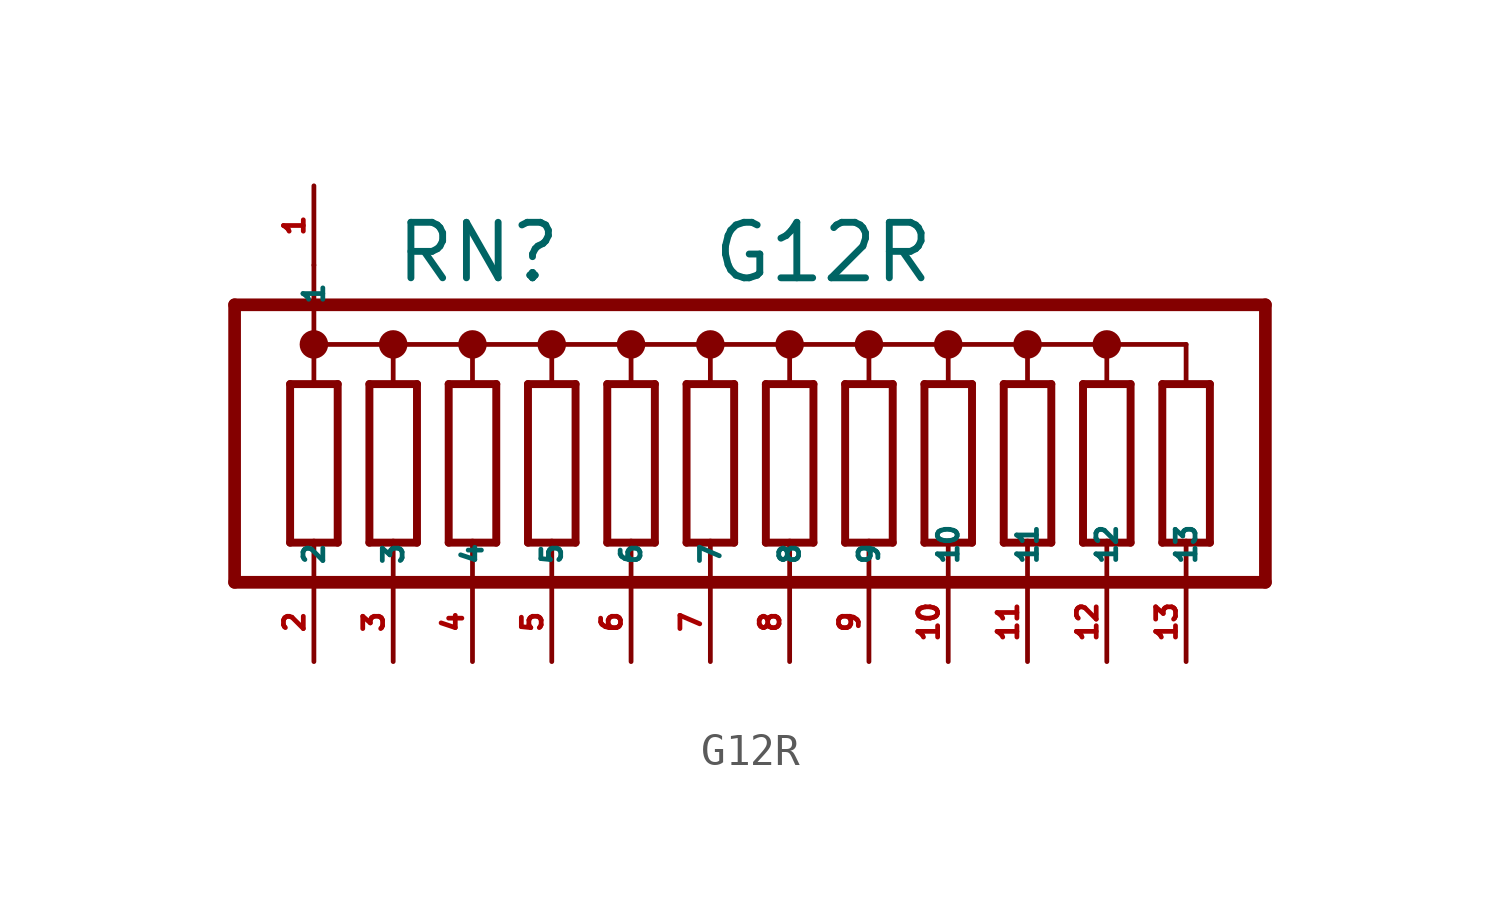
<source format=kicad_sym>
(kicad_symbol_lib
  (version 20220914)
  (generator Eagle2Kicad)
  (symbol "G12R"
    (property "Reference" "RN"
      (at -12.7 6.985 0)
      (effects (font (size 1.778 1.778) (thickness 0.22)) (justify left bottom)))
    (property "Value" "G12R"
      (at -2.54 6.985 0)
      (effects (font (size 1.778 1.778) (thickness 0.22)) (justify left bottom)))
    (polyline
      (pts (xy -14.478 -1.27) (xy -14.478 3.81))
      (stroke (width 0.254) (type default))
      (fill (type none)))
    (polyline
      (pts (xy -16.002 3.81) (xy -16.002 -1.27))
      (stroke (width 0.254) (type default))
      (fill (type none)))
    (polyline
      (pts (xy -14.478 3.81) (xy -15.24 3.81))
      (stroke (width 0.254) (type default))
      (fill (type none)))
    (polyline
      (pts (xy -16.002 -1.27) (xy -15.24 -1.27))
      (stroke (width 0.254) (type default))
      (fill (type none)))
    (polyline
      (pts (xy -15.24 -1.27) (xy -15.24 -2.54))
      (stroke (width 0.152) (type default))
      (fill (type none)))
    (polyline
      (pts (xy -15.24 -1.27) (xy -14.478 -1.27))
      (stroke (width 0.254) (type default))
      (fill (type none)))
    (polyline
      (pts (xy -15.24 5.08) (xy -15.24 3.81))
      (stroke (width 0.152) (type default))
      (fill (type none)))
    (polyline
      (pts (xy -15.24 3.81) (xy -16.002 3.81))
      (stroke (width 0.254) (type default))
      (fill (type none)))
    (polyline
      (pts (xy -15.24 5.08) (xy -12.7 5.08))
      (stroke (width 0.152) (type default))
      (fill (type none)))
    (polyline
      (pts (xy -12.7 5.08) (xy -12.7 3.81))
      (stroke (width 0.152) (type default))
      (fill (type none)))
    (polyline
      (pts (xy -12.7 5.08) (xy -10.16 5.08))
      (stroke (width 0.152) (type default))
      (fill (type none)))
    (polyline
      (pts (xy -10.16 5.08) (xy -10.16 3.81))
      (stroke (width 0.152) (type default))
      (fill (type none)))
    (polyline
      (pts (xy -10.16 5.08) (xy -7.62 5.08))
      (stroke (width 0.152) (type default))
      (fill (type none)))
    (polyline
      (pts (xy -7.62 5.08) (xy -7.62 3.81))
      (stroke (width 0.152) (type default))
      (fill (type none)))
    (polyline
      (pts (xy -7.62 5.08) (xy -5.08 5.08))
      (stroke (width 0.152) (type default))
      (fill (type none)))
    (polyline
      (pts (xy -5.08 5.08) (xy -5.08 3.81))
      (stroke (width 0.152) (type default))
      (fill (type none)))
    (polyline
      (pts (xy -5.08 -2.54) (xy -5.08 -1.27))
      (stroke (width 0.152) (type default))
      (fill (type none)))
    (polyline
      (pts (xy -7.62 -2.54) (xy -7.62 -1.27))
      (stroke (width 0.152) (type default))
      (fill (type none)))
    (polyline
      (pts (xy -10.16 -2.54) (xy -10.16 -1.27))
      (stroke (width 0.152) (type default))
      (fill (type none)))
    (polyline
      (pts (xy -12.7 -2.54) (xy -12.7 -1.27))
      (stroke (width 0.152) (type default))
      (fill (type none)))
    (polyline
      (pts (xy -12.7 -1.27) (xy -11.938 -1.27))
      (stroke (width 0.254) (type default))
      (fill (type none)))
    (polyline
      (pts (xy -13.462 -1.27) (xy -12.7 -1.27))
      (stroke (width 0.254) (type default))
      (fill (type none)))
    (polyline
      (pts (xy -11.938 3.81) (xy -12.7 3.81))
      (stroke (width 0.254) (type default))
      (fill (type none)))
    (polyline
      (pts (xy -12.7 3.81) (xy -13.462 3.81))
      (stroke (width 0.254) (type default))
      (fill (type none)))
    (polyline
      (pts (xy -11.938 -1.27) (xy -11.938 3.81))
      (stroke (width 0.254) (type default))
      (fill (type none)))
    (polyline
      (pts (xy -13.462 3.81) (xy -13.462 -1.27))
      (stroke (width 0.254) (type default))
      (fill (type none)))
    (polyline
      (pts (xy -9.398 -1.27) (xy -9.398 3.81))
      (stroke (width 0.254) (type default))
      (fill (type none)))
    (polyline
      (pts (xy -6.858 -1.27) (xy -6.858 3.81))
      (stroke (width 0.254) (type default))
      (fill (type none)))
    (polyline
      (pts (xy -4.318 -1.27) (xy -4.318 3.81))
      (stroke (width 0.254) (type default))
      (fill (type none)))
    (polyline
      (pts (xy -10.922 3.81) (xy -10.922 -1.27))
      (stroke (width 0.254) (type default))
      (fill (type none)))
    (polyline
      (pts (xy -8.382 3.81) (xy -8.382 -1.27))
      (stroke (width 0.254) (type default))
      (fill (type none)))
    (polyline
      (pts (xy -5.842 3.81) (xy -5.842 -1.27))
      (stroke (width 0.254) (type default))
      (fill (type none)))
    (polyline
      (pts (xy -9.398 3.81) (xy -10.16 3.81))
      (stroke (width 0.254) (type default))
      (fill (type none)))
    (polyline
      (pts (xy -6.858 3.81) (xy -7.62 3.81))
      (stroke (width 0.254) (type default))
      (fill (type none)))
    (polyline
      (pts (xy -4.318 3.81) (xy -5.08 3.81))
      (stroke (width 0.254) (type default))
      (fill (type none)))
    (polyline
      (pts (xy -10.16 3.81) (xy -10.922 3.81))
      (stroke (width 0.254) (type default))
      (fill (type none)))
    (polyline
      (pts (xy -7.62 3.81) (xy -8.382 3.81))
      (stroke (width 0.254) (type default))
      (fill (type none)))
    (polyline
      (pts (xy -5.08 3.81) (xy -5.842 3.81))
      (stroke (width 0.254) (type default))
      (fill (type none)))
    (polyline
      (pts (xy -10.16 -1.27) (xy -9.398 -1.27))
      (stroke (width 0.254) (type default))
      (fill (type none)))
    (polyline
      (pts (xy -7.62 -1.27) (xy -6.858 -1.27))
      (stroke (width 0.254) (type default))
      (fill (type none)))
    (polyline
      (pts (xy -5.08 -1.27) (xy -4.318 -1.27))
      (stroke (width 0.254) (type default))
      (fill (type none)))
    (polyline
      (pts (xy -10.922 -1.27) (xy -10.16 -1.27))
      (stroke (width 0.254) (type default))
      (fill (type none)))
    (polyline
      (pts (xy -8.382 -1.27) (xy -7.62 -1.27))
      (stroke (width 0.254) (type default))
      (fill (type none)))
    (polyline
      (pts (xy -5.842 -1.27) (xy -5.08 -1.27))
      (stroke (width 0.254) (type default))
      (fill (type none)))
    (polyline
      (pts (xy -17.78 -2.54) (xy -17.78 6.35))
      (stroke (width 0.406) (type default))
      (fill (type none)))
    (polyline
      (pts (xy -1.778 -1.27) (xy -1.778 3.81))
      (stroke (width 0.254) (type default))
      (fill (type none)))
    (polyline
      (pts (xy -3.302 3.81) (xy -3.302 -1.27))
      (stroke (width 0.254) (type default))
      (fill (type none)))
    (polyline
      (pts (xy -1.778 3.81) (xy -2.54 3.81))
      (stroke (width 0.254) (type default))
      (fill (type none)))
    (polyline
      (pts (xy -3.302 -1.27) (xy -2.54 -1.27))
      (stroke (width 0.254) (type default))
      (fill (type none)))
    (polyline
      (pts (xy -2.54 -1.27) (xy -2.54 -2.54))
      (stroke (width 0.152) (type default))
      (fill (type none)))
    (polyline
      (pts (xy -2.54 -1.27) (xy -1.778 -1.27))
      (stroke (width 0.254) (type default))
      (fill (type none)))
    (polyline
      (pts (xy -2.54 5.08) (xy -2.54 3.81))
      (stroke (width 0.152) (type default))
      (fill (type none)))
    (polyline
      (pts (xy -2.54 3.81) (xy -3.302 3.81))
      (stroke (width 0.254) (type default))
      (fill (type none)))
    (polyline
      (pts (xy -2.54 5.08) (xy 0 5.08))
      (stroke (width 0.152) (type default))
      (fill (type none)))
    (polyline
      (pts (xy 0 5.08) (xy 0 3.81))
      (stroke (width 0.152) (type default))
      (fill (type none)))
    (polyline
      (pts (xy 0 5.08) (xy 2.54 5.08))
      (stroke (width 0.152) (type default))
      (fill (type none)))
    (polyline
      (pts (xy 2.54 5.08) (xy 2.54 3.81))
      (stroke (width 0.152) (type default))
      (fill (type none)))
    (polyline
      (pts (xy 2.54 5.08) (xy 5.08 5.08))
      (stroke (width 0.152) (type default))
      (fill (type none)))
    (polyline
      (pts (xy 5.08 5.08) (xy 5.08 3.81))
      (stroke (width 0.152) (type default))
      (fill (type none)))
    (polyline
      (pts (xy 5.08 -2.54) (xy 5.08 -1.27))
      (stroke (width 0.152) (type default))
      (fill (type none)))
    (polyline
      (pts (xy 2.54 -2.54) (xy 2.54 -1.27))
      (stroke (width 0.152) (type default))
      (fill (type none)))
    (polyline
      (pts (xy 0 -2.54) (xy 0 -1.27))
      (stroke (width 0.152) (type default))
      (fill (type none)))
    (polyline
      (pts (xy 0 -1.27) (xy 0.762 -1.27))
      (stroke (width 0.254) (type default))
      (fill (type none)))
    (polyline
      (pts (xy -0.762 -1.27) (xy 0 -1.27))
      (stroke (width 0.254) (type default))
      (fill (type none)))
    (polyline
      (pts (xy 0.762 3.81) (xy 0 3.81))
      (stroke (width 0.254) (type default))
      (fill (type none)))
    (polyline
      (pts (xy 0 3.81) (xy -0.762 3.81))
      (stroke (width 0.254) (type default))
      (fill (type none)))
    (polyline
      (pts (xy 0.762 -1.27) (xy 0.762 3.81))
      (stroke (width 0.254) (type default))
      (fill (type none)))
    (polyline
      (pts (xy -0.762 3.81) (xy -0.762 -1.27))
      (stroke (width 0.254) (type default))
      (fill (type none)))
    (polyline
      (pts (xy 3.302 -1.27) (xy 3.302 3.81))
      (stroke (width 0.254) (type default))
      (fill (type none)))
    (polyline
      (pts (xy 5.842 -1.27) (xy 5.842 3.81))
      (stroke (width 0.254) (type default))
      (fill (type none)))
    (polyline
      (pts (xy 1.778 3.81) (xy 1.778 -1.27))
      (stroke (width 0.254) (type default))
      (fill (type none)))
    (polyline
      (pts (xy 4.318 3.81) (xy 4.318 -1.27))
      (stroke (width 0.254) (type default))
      (fill (type none)))
    (polyline
      (pts (xy 3.302 3.81) (xy 2.54 3.81))
      (stroke (width 0.254) (type default))
      (fill (type none)))
    (polyline
      (pts (xy 5.842 3.81) (xy 5.08 3.81))
      (stroke (width 0.254) (type default))
      (fill (type none)))
    (polyline
      (pts (xy 2.54 3.81) (xy 1.778 3.81))
      (stroke (width 0.254) (type default))
      (fill (type none)))
    (polyline
      (pts (xy 5.08 3.81) (xy 4.318 3.81))
      (stroke (width 0.254) (type default))
      (fill (type none)))
    (polyline
      (pts (xy 2.54 -1.27) (xy 3.302 -1.27))
      (stroke (width 0.254) (type default))
      (fill (type none)))
    (polyline
      (pts (xy 5.08 -1.27) (xy 5.842 -1.27))
      (stroke (width 0.254) (type default))
      (fill (type none)))
    (polyline
      (pts (xy 1.778 -1.27) (xy 2.54 -1.27))
      (stroke (width 0.254) (type default))
      (fill (type none)))
    (polyline
      (pts (xy 4.318 -1.27) (xy 5.08 -1.27))
      (stroke (width 0.254) (type default))
      (fill (type none)))
    (polyline
      (pts (xy -17.78 6.35) (xy 15.24 6.35))
      (stroke (width 0.406) (type default))
      (fill (type none)))
    (polyline
      (pts (xy 15.24 6.35) (xy 15.24 -2.54))
      (stroke (width 0.406) (type default))
      (fill (type none)))
    (polyline
      (pts (xy -17.78 -2.54) (xy 7.62 -2.54))
      (stroke (width 0.406) (type default))
      (fill (type none)))
    (polyline
      (pts (xy -5.08 5.08) (xy -2.54 5.08))
      (stroke (width 0.152) (type default))
      (fill (type none)))
    (polyline
      (pts (xy -15.24 7.62) (xy -15.24 5.08))
      (stroke (width 0.152) (type default))
      (fill (type none)))
    (polyline
      (pts (xy 7.62 -2.54) (xy 7.62 -1.27))
      (stroke (width 0.152) (type default))
      (fill (type none)))
    (polyline
      (pts (xy 7.62 -2.54) (xy 10.16 -2.54))
      (stroke (width 0.406) (type default))
      (fill (type none)))
    (polyline
      (pts (xy 10.16 -2.54) (xy 10.16 -1.27))
      (stroke (width 0.152) (type default))
      (fill (type none)))
    (polyline
      (pts (xy 10.16 -2.54) (xy 12.7 -2.54))
      (stroke (width 0.406) (type default))
      (fill (type none)))
    (polyline
      (pts (xy 12.7 -2.54) (xy 12.7 -1.27))
      (stroke (width 0.152) (type default))
      (fill (type none)))
    (polyline
      (pts (xy 12.7 -2.54) (xy 15.24 -2.54))
      (stroke (width 0.406) (type default))
      (fill (type none)))
    (polyline
      (pts (xy 7.62 -1.27) (xy 8.382 -1.27))
      (stroke (width 0.254) (type default))
      (fill (type none)))
    (polyline
      (pts (xy 10.16 -1.27) (xy 10.922 -1.27))
      (stroke (width 0.254) (type default))
      (fill (type none)))
    (polyline
      (pts (xy 12.7 -1.27) (xy 13.462 -1.27))
      (stroke (width 0.254) (type default))
      (fill (type none)))
    (polyline
      (pts (xy 6.858 -1.27) (xy 7.62 -1.27))
      (stroke (width 0.254) (type default))
      (fill (type none)))
    (polyline
      (pts (xy 9.398 -1.27) (xy 10.16 -1.27))
      (stroke (width 0.254) (type default))
      (fill (type none)))
    (polyline
      (pts (xy 11.938 -1.27) (xy 12.7 -1.27))
      (stroke (width 0.254) (type default))
      (fill (type none)))
    (polyline
      (pts (xy 8.382 -1.27) (xy 8.382 3.81))
      (stroke (width 0.254) (type default))
      (fill (type none)))
    (polyline
      (pts (xy 10.922 -1.27) (xy 10.922 3.81))
      (stroke (width 0.254) (type default))
      (fill (type none)))
    (polyline
      (pts (xy 13.462 -1.27) (xy 13.462 3.81))
      (stroke (width 0.254) (type default))
      (fill (type none)))
    (polyline
      (pts (xy 6.858 3.81) (xy 6.858 -1.27))
      (stroke (width 0.254) (type default))
      (fill (type none)))
    (polyline
      (pts (xy 9.398 3.81) (xy 9.398 -1.27))
      (stroke (width 0.254) (type default))
      (fill (type none)))
    (polyline
      (pts (xy 11.938 3.81) (xy 11.938 -1.27))
      (stroke (width 0.254) (type default))
      (fill (type none)))
    (polyline
      (pts (xy 8.382 3.81) (xy 7.62 3.81))
      (stroke (width 0.254) (type default))
      (fill (type none)))
    (polyline
      (pts (xy 7.62 3.81) (xy 6.858 3.81))
      (stroke (width 0.254) (type default))
      (fill (type none)))
    (polyline
      (pts (xy 10.922 3.81) (xy 10.16 3.81))
      (stroke (width 0.254) (type default))
      (fill (type none)))
    (polyline
      (pts (xy 10.16 3.81) (xy 9.398 3.81))
      (stroke (width 0.254) (type default))
      (fill (type none)))
    (polyline
      (pts (xy 13.462 3.81) (xy 12.7 3.81))
      (stroke (width 0.254) (type default))
      (fill (type none)))
    (polyline
      (pts (xy 12.7 3.81) (xy 11.938 3.81))
      (stroke (width 0.254) (type default))
      (fill (type none)))
    (polyline
      (pts (xy 7.62 5.08) (xy 7.62 3.81))
      (stroke (width 0.152) (type default))
      (fill (type none)))
    (polyline
      (pts (xy 10.16 5.08) (xy 10.16 3.81))
      (stroke (width 0.152) (type default))
      (fill (type none)))
    (polyline
      (pts (xy 12.7 5.08) (xy 12.7 3.81))
      (stroke (width 0.152) (type default))
      (fill (type none)))
    (polyline
      (pts (xy 5.08 5.08) (xy 7.62 5.08))
      (stroke (width 0.152) (type default))
      (fill (type none)))
    (polyline
      (pts (xy 7.62 5.08) (xy 10.16 5.08))
      (stroke (width 0.152) (type default))
      (fill (type none)))
    (polyline
      (pts (xy 10.16 5.08) (xy 12.7 5.08))
      (stroke (width 0.152) (type default))
      (fill (type none)))
    (circle
      (center 2.54 5.08)
      (radius 0.254)
      (stroke (width 0.406) (type default))
      (fill (type none)))
    (circle
      (center 0 5.08)
      (radius 0.254)
      (stroke (width 0.406) (type default))
      (fill (type none)))
    (circle
      (center -2.54 5.08)
      (radius 0.254)
      (stroke (width 0.406) (type default))
      (fill (type none)))
    (circle
      (center -5.08 5.08)
      (radius 0.254)
      (stroke (width 0.406) (type default))
      (fill (type none)))
    (circle
      (center -7.62 5.08)
      (radius 0.254)
      (stroke (width 0.406) (type default))
      (fill (type none)))
    (circle
      (center -10.16 5.08)
      (radius 0.254)
      (stroke (width 0.406) (type default))
      (fill (type none)))
    (circle
      (center -12.7 5.08)
      (radius 0.254)
      (stroke (width 0.406) (type default))
      (fill (type none)))
    (circle
      (center -15.24 5.08)
      (radius 0.254)
      (stroke (width 0.406) (type default))
      (fill (type none)))
    (circle
      (center 5.08 5.08)
      (radius 0.254)
      (stroke (width 0.406) (type default))
      (fill (type none)))
    (circle
      (center 7.62 5.08)
      (radius 0.254)
      (stroke (width 0.406) (type default))
      (fill (type none)))
    (circle
      (center 10.16 5.08)
      (radius 0.254)
      (stroke (width 0.406) (type default))
      (fill (type none)))
    (pin passive line
      (at -15.24 10.16 270)
      (length 2.54)
      (name "1" (effects (font (size 0.635 0.635) (thickness 0.08)) (justify left bottom)))
      (number "1" (effects (font (size 0.635 0.635) (thickness 0.08)) (justify left bottom))))
    (pin passive line
      (at -15.24 -5.08 90)
      (length 2.54)
      (name "2" (effects (font (size 0.635 0.635) (thickness 0.08)) (justify left bottom)))
      (number "2" (effects (font (size 0.635 0.635) (thickness 0.08)) (justify left bottom))))
    (pin passive line
      (at -12.7 -5.08 90)
      (length 2.54)
      (name "3" (effects (font (size 0.635 0.635) (thickness 0.08)) (justify left bottom)))
      (number "3" (effects (font (size 0.635 0.635) (thickness 0.08)) (justify left bottom))))
    (pin passive line
      (at -10.16 -5.08 90)
      (length 2.54)
      (name "4" (effects (font (size 0.635 0.635) (thickness 0.08)) (justify left bottom)))
      (number "4" (effects (font (size 0.635 0.635) (thickness 0.08)) (justify left bottom))))
    (pin passive line
      (at -7.62 -5.08 90)
      (length 2.54)
      (name "5" (effects (font (size 0.635 0.635) (thickness 0.08)) (justify left bottom)))
      (number "5" (effects (font (size 0.635 0.635) (thickness 0.08)) (justify left bottom))))
    (pin passive line
      (at -5.08 -5.08 90)
      (length 2.54)
      (name "6" (effects (font (size 0.635 0.635) (thickness 0.08)) (justify left bottom)))
      (number "6" (effects (font (size 0.635 0.635) (thickness 0.08)) (justify left bottom))))
    (pin passive line
      (at -2.54 -5.08 90)
      (length 2.54)
      (name "7" (effects (font (size 0.635 0.635) (thickness 0.08)) (justify left bottom)))
      (number "7" (effects (font (size 0.635 0.635) (thickness 0.08)) (justify left bottom))))
    (pin passive line
      (at 0 -5.08 90)
      (length 2.54)
      (name "8" (effects (font (size 0.635 0.635) (thickness 0.08)) (justify left bottom)))
      (number "8" (effects (font (size 0.635 0.635) (thickness 0.08)) (justify left bottom))))
    (pin passive line
      (at 2.54 -5.08 90)
      (length 2.54)
      (name "9" (effects (font (size 0.635 0.635) (thickness 0.08)) (justify left bottom)))
      (number "9" (effects (font (size 0.635 0.635) (thickness 0.08)) (justify left bottom))))
    (pin passive line
      (at 5.08 -5.08 90)
      (length 2.54)
      (name "10" (effects (font (size 0.635 0.635) (thickness 0.08)) (justify left bottom)))
      (number "10" (effects (font (size 0.635 0.635) (thickness 0.08)) (justify left bottom))))
    (pin passive line
      (at 7.62 -5.08 90)
      (length 2.54)
      (name "11" (effects (font (size 0.635 0.635) (thickness 0.08)) (justify left bottom)))
      (number "11" (effects (font (size 0.635 0.635) (thickness 0.08)) (justify left bottom))))
    (pin passive line
      (at 10.16 -5.08 90)
      (length 2.54)
      (name "12" (effects (font (size 0.635 0.635) (thickness 0.08)) (justify left bottom)))
      (number "12" (effects (font (size 0.635 0.635) (thickness 0.08)) (justify left bottom))))
    (pin passive line
      (at 12.7 -5.08 90)
      (length 2.54)
      (name "13" (effects (font (size 0.635 0.635) (thickness 0.08)) (justify left bottom)))
      (number "13" (effects (font (size 0.635 0.635) (thickness 0.08)) (justify left bottom))))))
</source>
